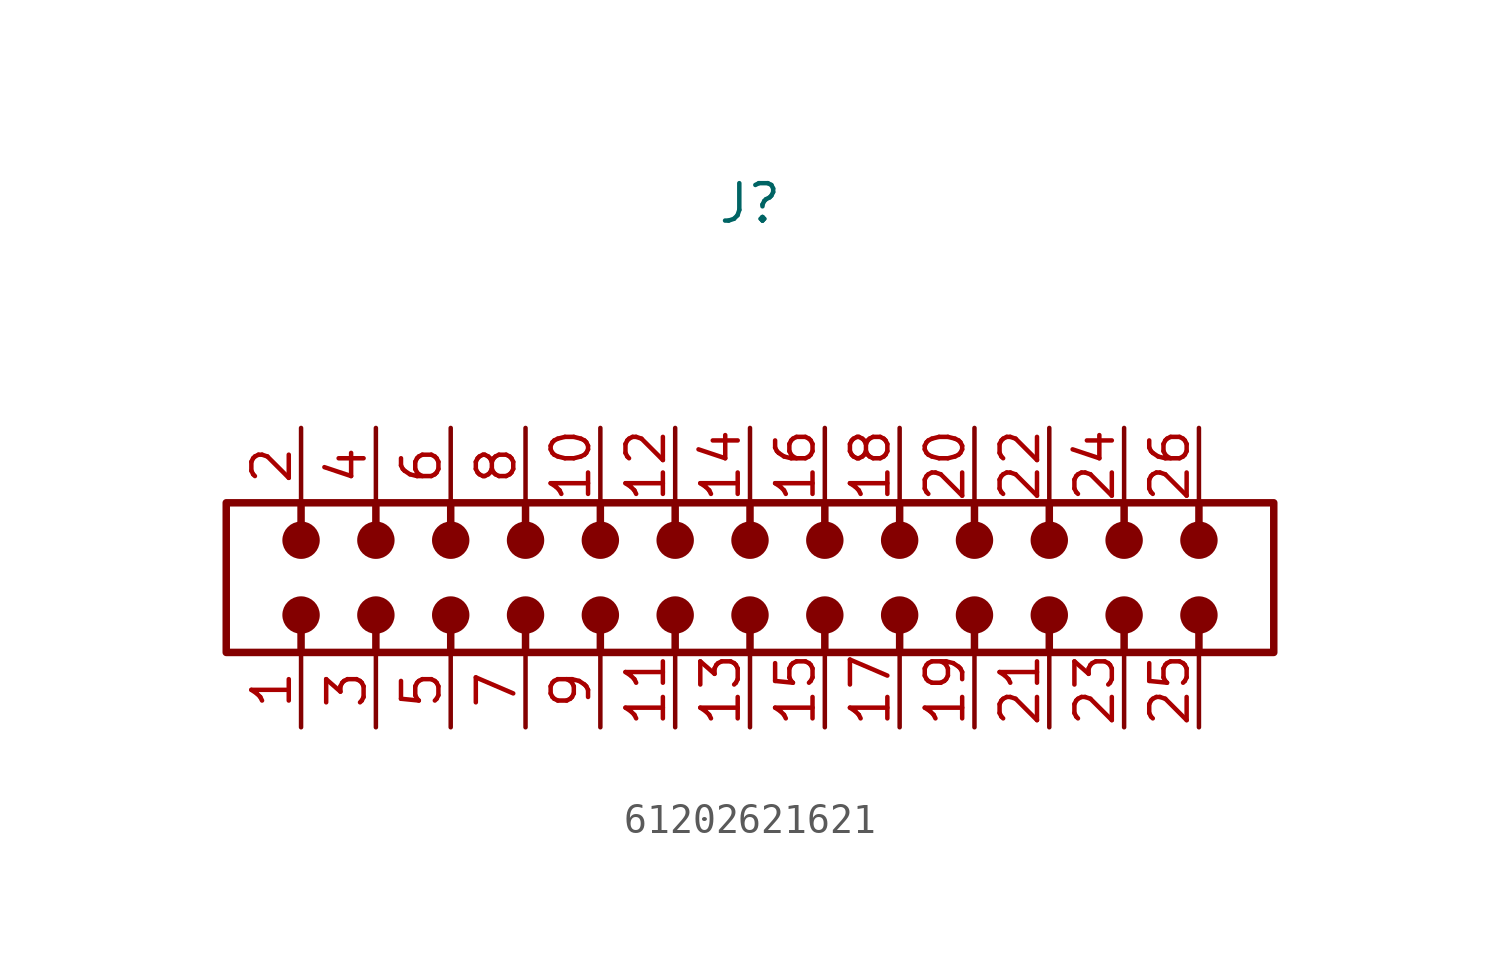
<source format=kicad_sym>
(kicad_symbol_lib
  (version 20241209)
  (generator "kicad_symbol_editor")
  (generator_version "9.0")
  (symbol "61202621621"
    (pin_names
      (hide yes))
    (property "Reference" "J"
      (at 0 12.7 0)
      (effects (font (size 1.27 1.27))))
    (symbol "61202621621_1_1"
      (rectangle (start -17.78 2.54) (end 17.78 -2.54) (stroke (width 0.254) (type solid)) (fill (type none)))
      (polyline (pts (xy -15.24 1.778) (xy -15.24 2.54)) (stroke (width 0.254) (type solid)) (fill (type none)))
      (circle (center -15.24 1.27) (radius 0.508) (stroke (width 0.254) (type solid)) (fill (type outline)))
      (circle (center -15.24 -1.27) (radius 0.508) (stroke (width 0.254) (type solid)) (fill (type outline)))
      (polyline (pts (xy -15.24 -1.778) (xy -15.24 -2.54)) (stroke (width 0.254) (type solid)) (fill (type none)))
      (polyline (pts (xy -12.7 1.778) (xy -12.7 2.54)) (stroke (width 0.254) (type solid)) (fill (type none)))
      (circle (center -12.7 1.27) (radius 0.508) (stroke (width 0.254) (type solid)) (fill (type outline)))
      (circle (center -12.7 -1.27) (radius 0.508) (stroke (width 0.254) (type solid)) (fill (type outline)))
      (polyline (pts (xy -12.7 -1.778) (xy -12.7 -2.54)) (stroke (width 0.254) (type solid)) (fill (type none)))
      (polyline (pts (xy -10.16 1.778) (xy -10.16 2.54)) (stroke (width 0.254) (type solid)) (fill (type none)))
      (circle (center -10.16 1.27) (radius 0.508) (stroke (width 0.254) (type solid)) (fill (type outline)))
      (circle (center -10.16 -1.27) (radius 0.508) (stroke (width 0.254) (type solid)) (fill (type outline)))
      (polyline (pts (xy -10.16 -1.778) (xy -10.16 -2.54)) (stroke (width 0.254) (type solid)) (fill (type none)))
      (polyline (pts (xy -7.62 1.778) (xy -7.62 2.54)) (stroke (width 0.254) (type solid)) (fill (type none)))
      (circle (center -7.62 1.27) (radius 0.508) (stroke (width 0.254) (type solid)) (fill (type outline)))
      (circle (center -7.62 -1.27) (radius 0.508) (stroke (width 0.254) (type solid)) (fill (type outline)))
      (polyline (pts (xy -7.62 -1.778) (xy -7.62 -2.54)) (stroke (width 0.254) (type solid)) (fill (type none)))
      (polyline (pts (xy -5.08 1.778) (xy -5.08 2.54)) (stroke (width 0.254) (type solid)) (fill (type none)))
      (circle (center -5.08 1.27) (radius 0.508) (stroke (width 0.254) (type solid)) (fill (type outline)))
      (circle (center -5.08 -1.27) (radius 0.508) (stroke (width 0.254) (type solid)) (fill (type outline)))
      (polyline (pts (xy -5.08 -1.778) (xy -5.08 -2.54)) (stroke (width 0.254) (type solid)) (fill (type none)))
      (polyline (pts (xy -2.54 1.778) (xy -2.54 2.54)) (stroke (width 0.254) (type solid)) (fill (type none)))
      (circle (center -2.54 1.27) (radius 0.508) (stroke (width 0.254) (type solid)) (fill (type outline)))
      (circle (center -2.54 -1.27) (radius 0.508) (stroke (width 0.254) (type solid)) (fill (type outline)))
      (polyline (pts (xy -2.54 -1.778) (xy -2.54 -2.54)) (stroke (width 0.254) (type solid)) (fill (type none)))
      (polyline (pts (xy 0 1.778) (xy 0 2.54)) (stroke (width 0.254) (type solid)) (fill (type none)))
      (circle (center 0 1.27) (radius 0.508) (stroke (width 0.254) (type solid)) (fill (type outline)))
      (circle (center 0 -1.27) (radius 0.508) (stroke (width 0.254) (type solid)) (fill (type outline)))
      (polyline (pts (xy 0 -1.778) (xy 0 -2.54)) (stroke (width 0.254) (type solid)) (fill (type none)))
      (polyline (pts (xy 2.54 1.778) (xy 2.54 2.54)) (stroke (width 0.254) (type solid)) (fill (type none)))
      (circle (center 2.54 1.27) (radius 0.508) (stroke (width 0.254) (type solid)) (fill (type outline)))
      (circle (center 2.54 -1.27) (radius 0.508) (stroke (width 0.254) (type solid)) (fill (type outline)))
      (polyline (pts (xy 2.54 -1.778) (xy 2.54 -2.54)) (stroke (width 0.254) (type solid)) (fill (type none)))
      (polyline (pts (xy 5.08 1.778) (xy 5.08 2.54)) (stroke (width 0.254) (type solid)) (fill (type none)))
      (circle (center 5.08 1.27) (radius 0.508) (stroke (width 0.254) (type solid)) (fill (type outline)))
      (circle (center 5.08 -1.27) (radius 0.508) (stroke (width 0.254) (type solid)) (fill (type outline)))
      (polyline (pts (xy 5.08 -1.778) (xy 5.08 -2.54)) (stroke (width 0.254) (type solid)) (fill (type none)))
      (polyline (pts (xy 7.62 1.778) (xy 7.62 2.54)) (stroke (width 0.254) (type solid)) (fill (type none)))
      (circle (center 7.62 1.27) (radius 0.508) (stroke (width 0.254) (type solid)) (fill (type outline)))
      (circle (center 7.62 -1.27) (radius 0.508) (stroke (width 0.254) (type solid)) (fill (type outline)))
      (polyline (pts (xy 7.62 -1.778) (xy 7.62 -2.54)) (stroke (width 0.254) (type solid)) (fill (type none)))
      (polyline (pts (xy 10.16 1.778) (xy 10.16 2.54)) (stroke (width 0.254) (type solid)) (fill (type none)))
      (circle (center 10.16 1.27) (radius 0.508) (stroke (width 0.254) (type solid)) (fill (type outline)))
      (circle (center 10.16 -1.27) (radius 0.508) (stroke (width 0.254) (type solid)) (fill (type outline)))
      (polyline (pts (xy 10.16 -1.778) (xy 10.16 -2.54)) (stroke (width 0.254) (type solid)) (fill (type none)))
      (polyline (pts (xy 12.7 1.778) (xy 12.7 2.54)) (stroke (width 0.254) (type solid)) (fill (type none)))
      (circle (center 12.7 1.27) (radius 0.508) (stroke (width 0.254) (type solid)) (fill (type outline)))
      (circle (center 12.7 -1.27) (radius 0.508) (stroke (width 0.254) (type solid)) (fill (type outline)))
      (polyline (pts (xy 12.7 -1.778) (xy 12.7 -2.54)) (stroke (width 0.254) (type solid)) (fill (type none)))
      (polyline (pts (xy 15.24 1.778) (xy 15.24 2.54)) (stroke (width 0.254) (type solid)) (fill (type none)))
      (circle (center 15.24 1.27) (radius 0.508) (stroke (width 0.254) (type solid)) (fill (type outline)))
      (circle (center 15.24 -1.27) (radius 0.508) (stroke (width 0.254) (type solid)) (fill (type outline)))
      (polyline (pts (xy 15.24 -1.778) (xy 15.24 -2.54)) (stroke (width 0.254) (type solid)) (fill (type none)))
      (pin passive line (at -15.24 5.08 270) (length 2.54) (name "2" (effects (font (size 1.27 1.27)))) (number "2" (effects (font (size 1.27 1.27)))))
      (pin passive line (at -15.24 -5.08 90) (length 2.54) (name "1" (effects (font (size 1.27 1.27)))) (number "1" (effects (font (size 1.27 1.27)))))
      (pin passive line (at -12.7 5.08 270) (length 2.54) (name "4" (effects (font (size 1.27 1.27)))) (number "4" (effects (font (size 1.27 1.27)))))
      (pin passive line (at -12.7 -5.08 90) (length 2.54) (name "3" (effects (font (size 1.27 1.27)))) (number "3" (effects (font (size 1.27 1.27)))))
      (pin passive line (at -10.16 5.08 270) (length 2.54) (name "6" (effects (font (size 1.27 1.27)))) (number "6" (effects (font (size 1.27 1.27)))))
      (pin passive line (at -10.16 -5.08 90) (length 2.54) (name "5" (effects (font (size 1.27 1.27)))) (number "5" (effects (font (size 1.27 1.27)))))
      (pin passive line (at -7.62 5.08 270) (length 2.54) (name "8" (effects (font (size 1.27 1.27)))) (number "8" (effects (font (size 1.27 1.27)))))
      (pin passive line (at -7.62 -5.08 90) (length 2.54) (name "7" (effects (font (size 1.27 1.27)))) (number "7" (effects (font (size 1.27 1.27)))))
      (pin passive line (at -5.08 5.08 270) (length 2.54) (name "10" (effects (font (size 1.27 1.27)))) (number "10" (effects (font (size 1.27 1.27)))))
      (pin passive line (at -5.08 -5.08 90) (length 2.54) (name "9" (effects (font (size 1.27 1.27)))) (number "9" (effects (font (size 1.27 1.27)))))
      (pin passive line (at -2.54 5.08 270) (length 2.54) (name "12" (effects (font (size 1.27 1.27)))) (number "12" (effects (font (size 1.27 1.27)))))
      (pin passive line (at -2.54 -5.08 90) (length 2.54) (name "11" (effects (font (size 1.27 1.27)))) (number "11" (effects (font (size 1.27 1.27)))))
      (pin passive line (at 0 5.08 270) (length 2.54) (name "14" (effects (font (size 1.27 1.27)))) (number "14" (effects (font (size 1.27 1.27)))))
      (pin passive line (at 0 -5.08 90) (length 2.54) (name "13" (effects (font (size 1.27 1.27)))) (number "13" (effects (font (size 1.27 1.27)))))
      (pin passive line (at 2.54 5.08 270) (length 2.54) (name "16" (effects (font (size 1.27 1.27)))) (number "16" (effects (font (size 1.27 1.27)))))
      (pin passive line (at 2.54 -5.08 90) (length 2.54) (name "15" (effects (font (size 1.27 1.27)))) (number "15" (effects (font (size 1.27 1.27)))))
      (pin passive line (at 5.08 5.08 270) (length 2.54) (name "18" (effects (font (size 1.27 1.27)))) (number "18" (effects (font (size 1.27 1.27)))))
      (pin passive line (at 5.08 -5.08 90) (length 2.54) (name "17" (effects (font (size 1.27 1.27)))) (number "17" (effects (font (size 1.27 1.27)))))
      (pin passive line (at 7.62 5.08 270) (length 2.54) (name "20" (effects (font (size 1.27 1.27)))) (number "20" (effects (font (size 1.27 1.27)))))
      (pin passive line (at 7.62 -5.08 90) (length 2.54) (name "19" (effects (font (size 1.27 1.27)))) (number "19" (effects (font (size 1.27 1.27)))))
      (pin passive line (at 10.16 5.08 270) (length 2.54) (name "22" (effects (font (size 1.27 1.27)))) (number "22" (effects (font (size 1.27 1.27)))))
      (pin passive line (at 10.16 -5.08 90) (length 2.54) (name "21" (effects (font (size 1.27 1.27)))) (number "21" (effects (font (size 1.27 1.27)))))
      (pin passive line (at 12.7 5.08 270) (length 2.54) (name "24" (effects (font (size 1.27 1.27)))) (number "24" (effects (font (size 1.27 1.27)))))
      (pin passive line (at 12.7 -5.08 90) (length 2.54) (name "23" (effects (font (size 1.27 1.27)))) (number "23" (effects (font (size 1.27 1.27)))))
      (pin passive line (at 15.24 5.08 270) (length 2.54) (name "26" (effects (font (size 1.27 1.27)))) (number "26" (effects (font (size 1.27 1.27)))))
      (pin passive line (at 15.24 -5.08 90) (length 2.54) (name "25" (effects (font (size 1.27 1.27)))) (number "25" (effects (font (size 1.27 1.27))))))))
</source>
